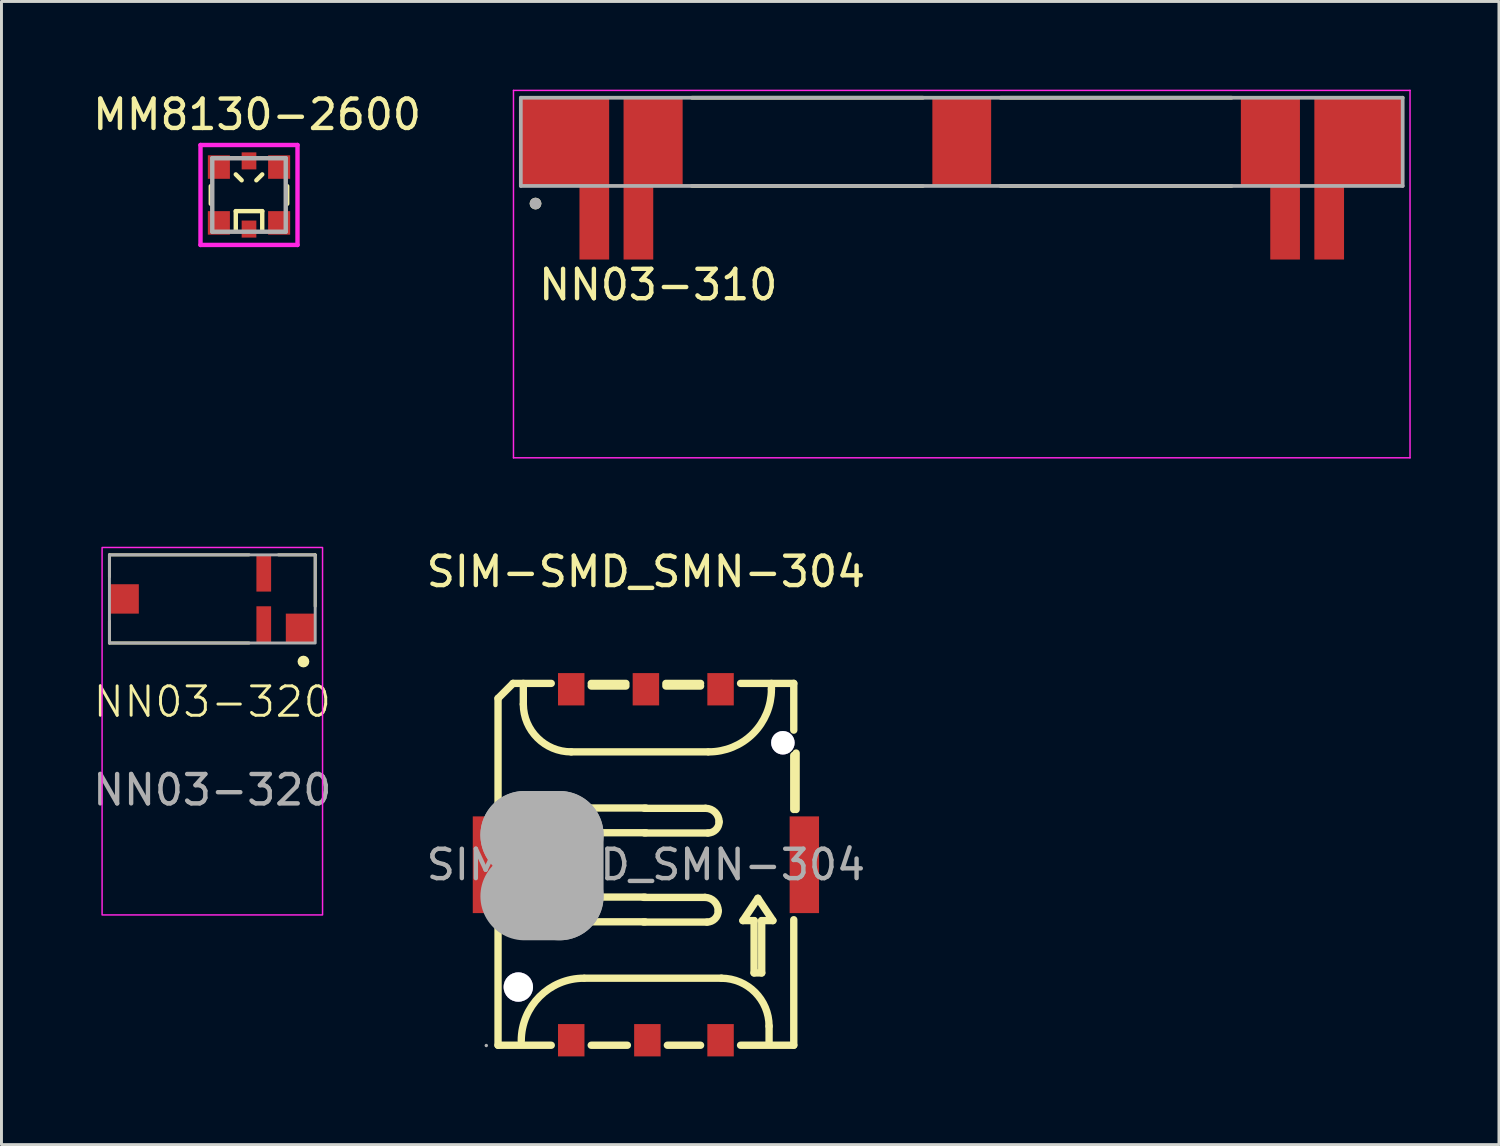
<source format=kicad_pcb>
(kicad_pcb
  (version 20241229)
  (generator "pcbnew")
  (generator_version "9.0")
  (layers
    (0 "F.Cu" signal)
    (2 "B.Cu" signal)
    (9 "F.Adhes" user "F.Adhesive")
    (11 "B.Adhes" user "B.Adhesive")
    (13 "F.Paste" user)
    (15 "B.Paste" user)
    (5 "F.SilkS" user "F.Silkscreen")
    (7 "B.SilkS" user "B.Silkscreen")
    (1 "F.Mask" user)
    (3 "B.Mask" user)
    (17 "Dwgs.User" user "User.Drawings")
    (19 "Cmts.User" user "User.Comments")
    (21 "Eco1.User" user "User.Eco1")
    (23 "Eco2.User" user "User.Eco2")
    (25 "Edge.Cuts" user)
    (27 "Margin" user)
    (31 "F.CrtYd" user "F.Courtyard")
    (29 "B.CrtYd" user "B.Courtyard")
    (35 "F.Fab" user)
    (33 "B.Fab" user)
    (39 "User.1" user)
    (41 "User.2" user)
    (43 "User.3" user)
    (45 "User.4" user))
  (footprint "NN03-320"
    (layer "F.Cu")
    (at 4.229 17.349)
    (property "Reference" "NN03-320" (at -0.056 3.476 0) (unlocked yes) (layer "F.SilkS") (effects (font (size 1 1) (thickness 0.1))))
    (attr smd)
    (fp_line (start -3.556 -1.524) (end 1.194 -1.524) (stroke (width 0.1) (type default)) (layer "F.SilkS"))
    (fp_line (start -3.556 -0.774) (end -3.556 -1.524) (stroke (width 0.1) (type default)) (layer "F.SilkS"))
    (fp_line (start -3.556 0.726) (end -3.556 1.476) (stroke (width 0.1) (type default)) (layer "F.SilkS"))
    (fp_line (start -3.556 1.476) (end 1.194 1.476) (stroke (width 0.1) (type default)) (layer "F.SilkS"))
    (fp_line (start 2.194 -1.524) (end 3.444 -1.524) (stroke (width 0.1) (type default)) (layer "F.SilkS"))
    (fp_line (start 3.444 -1.524) (end 3.444 0.226) (stroke (width 0.1) (type default)) (layer "F.SilkS"))
    (fp_circle (center 3.044 2.106) (end 3.144 2.106) (stroke (width 0.2) (type solid)) (fill no) (layer "F.SilkS"))
    (fp_rect (start -3.806 -1.774) (end 3.694 10.726) (stroke (width 0.05) (type default)) (fill no) (layer "F.CrtYd"))
    (fp_rect (start -3.556 -1.524) (end 3.444 1.476) (stroke (width 0.1) (type default)) (fill no) (layer "F.Fab"))
    (fp_text user "${REFERENCE}" (at -0.056 6.476 0) (unlocked yes) (layer "F.Fab") (effects (font (size 1 1) (thickness 0.15))))
    (pad "1" smd rect (at -3.056 -0.024) (size 1 1) (layers "F.Cu" "F.Mask" "F.Paste"))
    (pad "2" smd rect (at 1.694 0.851) (size 0.5 1.25) (layers "F.Cu" "F.Mask" "F.Paste"))
    (pad "3" smd rect (at 2.944 0.976) (size 1 1) (layers "F.Cu" "F.Mask" "F.Paste"))
    (pad "4" smd rect (at 1.694 -0.899) (size 0.5 1.25) (layers "F.Cu" "F.Mask" "F.Paste"))
    (zone (net_name "") (layers "F.Cu" "B.Cu" "F.CrtYd") (hatch full 0.5) (connect_pads) (min_thickness 0.25) (filled_areas_thickness no) (keepout (tracks not_allowed) (vias not_allowed) (pads not_allowed) (copperpour not_allowed) (footprints allowed)) (placement (enabled no)) (fill) (polygon (pts (xy 0.673 15.825) (xy 0.673 27.825) (xy 6.423 27.825) (xy 6.423 15.825)))))
  (footprint "NN03-310"
    (layer "F.Cu")
    (at 29.668 1.775)
    (property "Reference" "NN03-310" (at -10.325 4.865 0) (layer "F.SilkS") (effects (font (size 1 1) (thickness 0.15))))
    (attr smd)
    (fp_poly (pts (xy -15.1 -1.6) (xy -11.9 -1.6) (xy -11.9 4.1) (xy -13.1 4.1) (xy -13.1 1.6) (xy -15.1 1.6)) (stroke (width 0.01) (type solid)) (fill yes) (layer "F.Mask"))
    (fp_poly (pts (xy -9.4 -1.6) (xy -11.6 -1.6) (xy -11.6 4.1) (xy -10.4 4.1) (xy -10.4 1.6) (xy -9.4 1.6)) (stroke (width 0.01) (type solid)) (fill yes) (layer "F.Mask"))
    (fp_poly (pts (xy 9.4 -1.6) (xy 11.6 -1.6) (xy 11.6 4.1) (xy 10.4 4.1) (xy 10.4 1.6) (xy 9.4 1.6)) (stroke (width 0.01) (type solid)) (fill yes) (layer "F.Mask"))
    (fp_poly (pts (xy 15.1 -1.6) (xy 11.9 -1.6) (xy 11.9 4.1) (xy 13.1 4.1) (xy 13.1 1.6) (xy 15.1 1.6)) (stroke (width 0.01) (type solid)) (fill yes) (layer "F.Mask"))
    (fp_line (start -9.18 -1.5) (end -1.32 -1.5) (stroke (width 0.127) (type solid)) (layer "F.SilkS"))
    (fp_line (start -9.18 1.5) (end -1.32 1.5) (stroke (width 0.127) (type solid)) (layer "F.SilkS"))
    (fp_line (start 1.32 -1.5) (end 9.18 -1.5) (stroke (width 0.127) (type solid)) (layer "F.SilkS"))
    (fp_line (start 1.32 1.5) (end 9.18 1.5) (stroke (width 0.127) (type solid)) (layer "F.SilkS"))
    (fp_circle (center -14.5 2.1) (end -14.4 2.1) (stroke (width 0.2) (type solid)) (fill no) (layer "F.SilkS"))
    (fp_poly (pts (xy -15 -1.5) (xy -12 -1.5) (xy -12 4) (xy -13 4) (xy -13 1.5) (xy -15 1.5)) (stroke (width 0.01) (type solid)) (fill yes) (layer "F.Paste"))
    (fp_poly (pts (xy -9.5 -1.5) (xy -11.5 -1.5) (xy -11.5 4) (xy -10.5 4) (xy -10.5 1.5) (xy -9.5 1.5)) (stroke (width 0.01) (type solid)) (fill yes) (layer "F.Paste"))
    (fp_poly (pts (xy 9.5 -1.5) (xy 11.5 -1.5) (xy 11.5 4) (xy 10.5 4) (xy 10.5 1.5) (xy 9.5 1.5)) (stroke (width 0.01) (type solid)) (fill yes) (layer "F.Paste"))
    (fp_poly (pts (xy 15 -1.5) (xy 12 -1.5) (xy 12 4) (xy 13 4) (xy 13 1.5) (xy 15 1.5)) (stroke (width 0.01) (type solid)) (fill yes) (layer "F.Paste"))
    (fp_line (start -15.25 -1.75) (end 15.25 -1.75) (stroke (width 0.05) (type solid)) (layer "F.CrtYd"))
    (fp_line (start -15.25 10.75) (end -15.25 -1.75) (stroke (width 0.05) (type solid)) (layer "F.CrtYd"))
    (fp_line (start 15.25 -1.75) (end 15.25 10.75) (stroke (width 0.05) (type solid)) (layer "F.CrtYd"))
    (fp_line (start 15.25 10.75) (end -15.25 10.75) (stroke (width 0.05) (type solid)) (layer "F.CrtYd"))
    (fp_line (start -15 -1.5) (end -15 1.5) (stroke (width 0.127) (type solid)) (layer "F.Fab"))
    (fp_line (start -15 1.5) (end 15 1.5) (stroke (width 0.127) (type solid)) (layer "F.Fab"))
    (fp_line (start 15 -1.5) (end -15 -1.5) (stroke (width 0.127) (type solid)) (layer "F.Fab"))
    (fp_line (start 15 1.5) (end 15 -1.5) (stroke (width 0.127) (type solid)) (layer "F.Fab"))
    (fp_circle (center -14.5 2.1) (end -14.4 2.1) (stroke (width 0.2) (type solid)) (fill no) (layer "F.Fab"))
    (pad "1_2" smd custom (at -13.5 0) (size 3 3) (layers "F.Cu") (options (anchor rect)) (primitives (gr_poly (pts (xy -1.5 -1.5) (xy 1.5 -1.5) (xy 1.5 4) (xy 0.5 4) (xy 0.5 1.5) (xy -1.5 1.5)) (width 0.01) (fill yes))))
    (pad "3" smd custom (at -10.5 0) (size 2 3) (layers "F.Cu") (options (anchor rect)) (primitives (gr_poly (pts (xy 1 -1.5) (xy -1 -1.5) (xy -1 4) (xy 0 4) (xy 0 1.5) (xy 1 1.5)) (width 0.01) (fill yes))))
    (pad "4" smd rect (at 0 0) (size 2 3) (layers "F.Cu" "F.Mask" "F.Paste"))
    (pad "5" smd custom (at 10.5 0) (size 2 3) (layers "F.Cu") (options (anchor rect)) (primitives (gr_poly (pts (xy -1 -1.5) (xy 1 -1.5) (xy 1 4) (xy 0 4) (xy 0 1.5) (xy -1 1.5)) (width 0.01) (fill yes))))
    (pad "6_7" smd custom (at 13.5 0) (size 3 3) (layers "F.Cu") (options (anchor rect)) (primitives (gr_poly (pts (xy 1.5 -1.5) (xy -1.5 -1.5) (xy -1.5 4) (xy -0.5 4) (xy -0.5 1.5) (xy 1.5 1.5)) (width 0.01) (fill yes))))
    (zone (net_name "") (layer "F.Cu") (hatch full 0.508) (connect_pads) (min_thickness 0.01) (filled_areas_thickness no) (keepout (tracks not_allowed) (vias not_allowed) (pads not_allowed) (copperpour not_allowed) (footprints allowed)) (placement (enabled no)) (fill) (polygon (pts (xy 15.668 3.275) (xy 15.668 10.775) (xy 16.668 10.775) (xy 16.668 11.775) (xy 14.668 11.775) (xy 14.668 12.275) (xy 44.668 12.275) (xy 44.668 3.275) (xy 42.668 3.275) (xy 42.668 5.775) (xy 41.668 5.775) (xy 41.668 0.275) (xy 41.168 0.275) (xy 41.168 5.775) (xy 40.168 5.775) (xy 40.168 3.275) (xy 39.168 3.275) (xy 39.168 0.275) (xy 30.668 0.275) (xy 30.668 3.275) (xy 28.668 3.275) (xy 28.668 0.275) (xy 20.168 0.275) (xy 20.168 3.275) (xy 19.168 3.275) (xy 19.168 5.775) (xy 18.168 5.775) (xy 18.168 0.275) (xy 17.668 0.275) (xy 17.668 5.775) (xy 16.668 5.775) (xy 16.668 3.275))))
    (zone (net_name "") (layers "F.Cu" "B.Cu") (hatch full 0.508) (connect_pads) (min_thickness 0.01) (filled_areas_thickness no) (keepout (tracks allowed) (vias not_allowed) (pads allowed) (copperpour allowed) (footprints allowed)) (placement (enabled no)) (fill) (polygon (pts (xy 15.668 3.275) (xy 15.668 10.775) (xy 16.668 10.775) (xy 16.668 11.775) (xy 14.668 11.775) (xy 14.668 12.275) (xy 44.668 12.275) (xy 44.668 3.275) (xy 42.668 3.275) (xy 42.668 5.775) (xy 41.668 5.775) (xy 41.668 0.275) (xy 41.168 0.275) (xy 41.168 5.775) (xy 40.168 5.775) (xy 40.168 3.275) (xy 39.168 3.275) (xy 39.168 0.275) (xy 30.668 0.275) (xy 30.668 3.275) (xy 28.668 3.275) (xy 28.668 0.275) (xy 20.168 0.275) (xy 20.168 3.275) (xy 19.168 3.275) (xy 19.168 5.775) (xy 18.168 5.775) (xy 18.168 0.275) (xy 17.668 0.275) (xy 17.668 5.775) (xy 16.668 5.775) (xy 16.668 3.275)))))
  (footprint "MM8130-2600"
    (layer "F.Cu")
    (at 5.421 3.583)
    (property "Reference" "MM8130-2600" (at 0.275 -2.735 0) (layer "F.SilkS") (effects (font (size 1 1) (thickness 0.15))))
    (attr smd)
    (fp_line (start -1.3 0.3) (end -1.3 -0.3) (stroke (width 0.15) (type solid)) (layer "F.SilkS"))
    (fp_line (start -0.45 -0.7) (end -0.25 -0.5) (stroke (width 0.15) (type solid)) (layer "F.SilkS"))
    (fp_line (start -0.45 0.55) (end 0.45 0.55) (stroke (width 0.15) (type solid)) (layer "F.SilkS"))
    (fp_line (start -0.45 1.2) (end -0.45 0.55) (stroke (width 0.15) (type solid)) (layer "F.SilkS"))
    (fp_line (start 0.45 -0.7) (end 0.25 -0.5) (stroke (width 0.15) (type solid)) (layer "F.SilkS"))
    (fp_line (start 0.45 0.55) (end 0.45 1.2) (stroke (width 0.15) (type solid)) (layer "F.SilkS"))
    (fp_line (start 1.3 0.3) (end 1.3 -0.3) (stroke (width 0.15) (type solid)) (layer "F.SilkS"))
    (fp_line (start -1.65 -1.7) (end -1.65 1.7) (stroke (width 0.15) (type solid)) (layer "F.CrtYd"))
    (fp_line (start -1.65 1.7) (end 1.65 1.7) (stroke (width 0.15) (type solid)) (layer "F.CrtYd"))
    (fp_line (start 1.65 -1.7) (end -1.65 -1.7) (stroke (width 0.15) (type solid)) (layer "F.CrtYd"))
    (fp_line (start 1.65 1.7) (end 1.65 -1.7) (stroke (width 0.15) (type solid)) (layer "F.CrtYd"))
    (fp_line (start -1.25 -1.25) (end 1.25 -1.25) (stroke (width 0.15) (type solid)) (layer "F.Fab"))
    (fp_line (start -1.25 1.25) (end -1.25 -1.25) (stroke (width 0.15) (type solid)) (layer "F.Fab"))
    (fp_line (start 1.25 -1.25) (end 1.25 1.25) (stroke (width 0.15) (type solid)) (layer "F.Fab"))
    (fp_line (start 1.25 1.25) (end -1.25 1.25) (stroke (width 0.15) (type solid)) (layer "F.Fab"))
    (pad "1" smd rect (at -1.025 -0.95) (size 0.75 0.8) (layers "F.Cu" "F.Mask" "F.Paste"))
    (pad "2" smd rect (at 1.025 -0.95) (size 0.75 0.8) (layers "F.Cu" "F.Mask" "F.Paste"))
    (pad "3" smd rect (at -1.025 0.95) (size 0.75 0.8) (layers "F.Cu" "F.Mask" "F.Paste"))
    (pad "4" smd rect (at 1.025 0.95) (size 0.75 0.8) (layers "F.Cu" "F.Mask" "F.Paste"))
    (pad "IN" smd rect (at 0 -1.16) (size 0.5 0.58) (layers "F.Cu" "F.Mask" "F.Paste"))
    (pad "OUT" smd rect (at 0 1.16) (size 0.5 0.58) (layers "F.Cu" "F.Mask" "F.Paste"))
    (zone (net_name "") (layer "F.Cu") (hatch full 0.508) (connect_pads) (min_thickness 0.01) (filled_areas_thickness no) (keepout (tracks not_allowed) (vias not_allowed) (pads not_allowed) (copperpour not_allowed) (footprints allowed)) (placement (enabled no)) (fill) (polygon (pts (xy 4.771 2.233) (xy 6.071 2.233) (xy 6.071 3.033) (xy 4.771 3.033))))
    (zone (net_name "") (layer "F.Cu") (hatch full 0.508) (connect_pads) (min_thickness 0.01) (filled_areas_thickness no) (keepout (tracks not_allowed) (vias not_allowed) (pads not_allowed) (copperpour not_allowed) (footprints allowed)) (placement (enabled no)) (fill) (polygon (pts (xy 4.771 4.133) (xy 6.071 4.133) (xy 6.071 4.933) (xy 4.771 4.933)))))
  (footprint "SIM-SMD_SMN-304"
    (layer "F.Cu")
    (at 18.923 26.368)
    (property "Reference" "SIM-SMD_SMN-304" (at 0 -9.97 0) (layer "F.SilkS") (effects (font (size 1 1) (thickness 0.15))))
    (attr smd)
    (fp_line (start -5.03 -5.66) (end -5.03 -1.88) (stroke (width 0.25) (type solid)) (layer "F.SilkS"))
    (fp_line (start -5.03 6.14) (end -5.03 1.87) (stroke (width 0.25) (type solid)) (layer "F.SilkS"))
    (fp_line (start -4.52 -6.17) (end -5.03 -5.66) (stroke (width 0.25) (type solid)) (layer "F.SilkS"))
    (fp_line (start -4.17 -5.46) (end -4.17 -6.17) (stroke (width 0.25) (type solid)) (layer "F.SilkS"))
    (fp_line (start -3.22 -6.17) (end -4.52 -6.17) (stroke (width 0.25) (type solid)) (layer "F.SilkS"))
    (fp_line (start -3.22 6.14) (end -5.03 6.14) (stroke (width 0.25) (type solid)) (layer "F.SilkS"))
    (fp_line (start -2.54 -3.84) (end 2.11 -3.84) (stroke (width 0.25) (type solid)) (layer "F.SilkS"))
    (fp_line (start -2.11 1.94) (end -0.03 1.94) (stroke (width 0.25) (type solid)) (layer "F.SilkS"))
    (fp_line (start -2.08 -1.09) (end 0 -1.09) (stroke (width 0.25) (type solid)) (layer "F.SilkS"))
    (fp_line (start -0.68 -6.17) (end -1.86 -6.17) (stroke (width 0.25) (type solid)) (layer "F.SilkS"))
    (fp_line (start -0.68 -6.08) (end -1.86 -6.08) (stroke (width 0.25) (type solid)) (layer "F.SilkS"))
    (fp_line (start -0.63 6.14) (end -1.86 6.14) (stroke (width 0.25) (type solid)) (layer "F.SilkS"))
    (fp_line (start -0.08 1.95) (end 2.08 1.95) (stroke (width 0.25) (type solid)) (layer "F.SilkS"))
    (fp_line (start -0.05 -1.08) (end 2.11 -1.08) (stroke (width 0.25) (type solid)) (layer "F.SilkS"))
    (fp_line (start -0.03 1.1) (end -2.18 1.1) (stroke (width 0.25) (type solid)) (layer "F.SilkS"))
    (fp_line (start 0 -1.93) (end -2.16 -1.93) (stroke (width 0.25) (type solid)) (layer "F.SilkS"))
    (fp_line (start 1.86 -6.17) (end 0.68 -6.17) (stroke (width 0.25) (type solid)) (layer "F.SilkS"))
    (fp_line (start 1.86 -6.08) (end 0.68 -6.08) (stroke (width 0.25) (type solid)) (layer "F.SilkS"))
    (fp_line (start 1.86 6.14) (end 0.73 6.14) (stroke (width 0.25) (type solid)) (layer "F.SilkS"))
    (fp_line (start 2.01 1.11) (end -0.08 1.11) (stroke (width 0.25) (type solid)) (layer "F.SilkS"))
    (fp_line (start 2.03 -1.92) (end -0.05 -1.92) (stroke (width 0.25) (type solid)) (layer "F.SilkS"))
    (fp_line (start 2.57 3.86) (end -2.08 3.86) (stroke (width 0.25) (type solid)) (layer "F.SilkS"))
    (fp_line (start 3.3 1.9) (end 3.68 1.9) (stroke (width 0.25) (type solid)) (layer "F.SilkS"))
    (fp_line (start 3.68 1.9) (end 3.68 3.68) (stroke (width 0.25) (type solid)) (layer "F.SilkS"))
    (fp_line (start 3.68 3.68) (end 3.94 3.68) (stroke (width 0.25) (type solid)) (layer "F.SilkS"))
    (fp_line (start 3.81 1.14) (end 3.3 1.9) (stroke (width 0.25) (type solid)) (layer "F.SilkS"))
    (fp_line (start 3.94 1.9) (end 4.32 1.9) (stroke (width 0.25) (type solid)) (layer "F.SilkS"))
    (fp_line (start 3.94 3.68) (end 3.94 1.9) (stroke (width 0.25) (type solid)) (layer "F.SilkS"))
    (fp_line (start 4.19 6.1) (end 4.19 5.49) (stroke (width 0.25) (type solid)) (layer "F.SilkS"))
    (fp_line (start 4.27 -5.97) (end 4.27 -6.17) (stroke (width 0.25) (type solid)) (layer "F.SilkS"))
    (fp_line (start 4.32 1.9) (end 3.81 1.14) (stroke (width 0.25) (type solid)) (layer "F.SilkS"))
    (fp_line (start 5.03 -6.17) (end 3.22 -6.17) (stroke (width 0.25) (type solid)) (layer "F.SilkS"))
    (fp_line (start 5.03 -6.17) (end 5.03 -4.58) (stroke (width 0.25) (type solid)) (layer "F.SilkS"))
    (fp_line (start 5.03 -3.72) (end 5.03 -1.88) (stroke (width 0.25) (type solid)) (layer "F.SilkS"))
    (fp_line (start 5.03 1.87) (end 5.03 6.14) (stroke (width 0.25) (type solid)) (layer "F.SilkS"))
    (fp_line (start 5.03 6.14) (end 3.22 6.14) (stroke (width 0.25) (type solid)) (layer "F.SilkS"))
    (fp_line (start 5.11 -1.88) (end 5.11 -3.8) (stroke (width 0.25) (type solid)) (layer "F.SilkS"))
    (fp_arc (start -4.24 5.99) (mid -3.616137 4.483863) (end -2.11 3.86) (stroke (width 0.25) (type solid)) (layer "F.SilkS"))
    (fp_arc (start -2.57 1.48) (mid -2.455089 1.207736) (end -2.179854 1.100135) (stroke (width 0.25) (type solid)) (layer "F.SilkS"))
    (fp_arc (start -2.54 -3.84) (mid -3.689058 -4.313901) (end -4.16997 -5.460043) (stroke (width 0.25) (type solid)) (layer "F.SilkS"))
    (fp_arc (start -2.54 -1.55) (mid -2.428701 -1.818701) (end -2.16 -1.93) (stroke (width 0.25) (type solid)) (layer "F.SilkS"))
    (fp_arc (start -2.11 1.94) (mid -2.435269 1.805269) (end -2.57 1.48) (stroke (width 0.25) (type solid)) (layer "F.SilkS"))
    (fp_arc (start -2.08 -1.09) (mid -2.405269 -1.224731) (end -2.54 -1.55) (stroke (width 0.25) (type solid)) (layer "F.SilkS"))
    (fp_arc (start 2.01 1.11) (mid 2.328906 1.248253) (end 2.460109 1.570123) (stroke (width 0.25) (type solid)) (layer "F.SilkS"))
    (fp_arc (start 2.03 -1.92) (mid 2.355269 -1.785269) (end 2.49 -1.46) (stroke (width 0.25) (type solid)) (layer "F.SilkS"))
    (fp_arc (start 2.46 1.57) (mid 2.348701 1.838701) (end 2.08 1.95) (stroke (width 0.25) (type solid)) (layer "F.SilkS"))
    (fp_arc (start 2.49 -1.46) (mid 2.378701 -1.191299) (end 2.11 -1.08) (stroke (width 0.25) (type solid)) (layer "F.SilkS"))
    (fp_arc (start 2.57 3.86) (mid 3.716151 4.34095) (end 4.190031 5.490043) (stroke (width 0.25) (type solid)) (layer "F.SilkS"))
    (fp_arc (start 4.270023 -5.970037) (mid 3.642627 -4.460328) (end 2.13 -3.84) (stroke (width 0.25) (type solid)) (layer "F.SilkS"))
    (fp_circle (center -4.34 4.16) (end -4.14 4.16) (stroke (width 0.4) (type solid)) (fill no) (layer "Cmts.User"))
    (fp_circle (center 4.66 -4.15) (end 4.78 -4.15) (stroke (width 0.25) (type solid)) (fill no) (layer "Cmts.User"))
    (fp_line (start -4.13 -1.01) (end -4.13 -1.01) (stroke (width 3) (type solid)) (layer "F.Fab"))
    (fp_line (start -4.13 -1.01) (end -2.94 -1.01) (stroke (width 3) (type solid)) (layer "F.Fab"))
    (fp_line (start -2.94 -1.01) (end -2.94 1.07) (stroke (width 3) (type solid)) (layer "F.Fab"))
    (fp_line (start -2.94 1.07) (end -4.13 1.07) (stroke (width 3) (type solid)) (layer "F.Fab"))
    (fp_circle (center -5.43 6.15) (end -5.4 6.15) (stroke (width 0.06) (type solid)) (fill no) (layer "F.Fab"))
    (fp_text user "${REFERENCE}" (at 0 0 0) (layer "F.Fab") (effects (font (size 1 1) (thickness 0.15))))
    (pad "" thru_hole circle (at -4.34 4.16) (size 1 1) (drill 1) (layers "*.Cu" "*.Mask"))
    (pad "" thru_hole circle (at 4.66 -4.15) (size 0.8 0.8) (drill 0.8) (layers "*.Cu" "*.Mask"))
    (pad "1" smd rect (at -5.39 0) (size 1 3.29) (layers "F.Cu" "F.Mask" "F.Paste"))
    (pad "2" smd rect (at 5.39 0) (size 1 3.29) (layers "F.Cu" "F.Mask" "F.Paste"))
    (pad "C1" smd rect (at 2.54 5.97) (size 0.9 1.1) (layers "F.Cu" "F.Mask" "F.Paste"))
    (pad "C2" smd rect (at 0.05 5.97) (size 0.9 1.1) (layers "F.Cu" "F.Mask" "F.Paste"))
    (pad "C3" smd rect (at -2.54 5.97) (size 0.9 1.1) (layers "F.Cu" "F.Mask" "F.Paste"))
    (pad "C5" smd rect (at 2.54 -5.97) (size 0.9 1.1) (layers "F.Cu" "F.Mask" "F.Paste"))
    (pad "C6" smd rect (at 0 -5.97) (size 0.9 1.1) (layers "F.Cu" "F.Mask" "F.Paste"))
    (pad "C7" smd rect (at -2.54 -5.97) (size 0.9 1.1) (layers "F.Cu" "F.Mask" "F.Paste")))
  (gr_rect
    (start -3 -3)
    (end 47.943 35.888)
    (stroke (width 0.1) (type default))
    (fill no)
    (layer "Edge.Cuts")))
</source>
